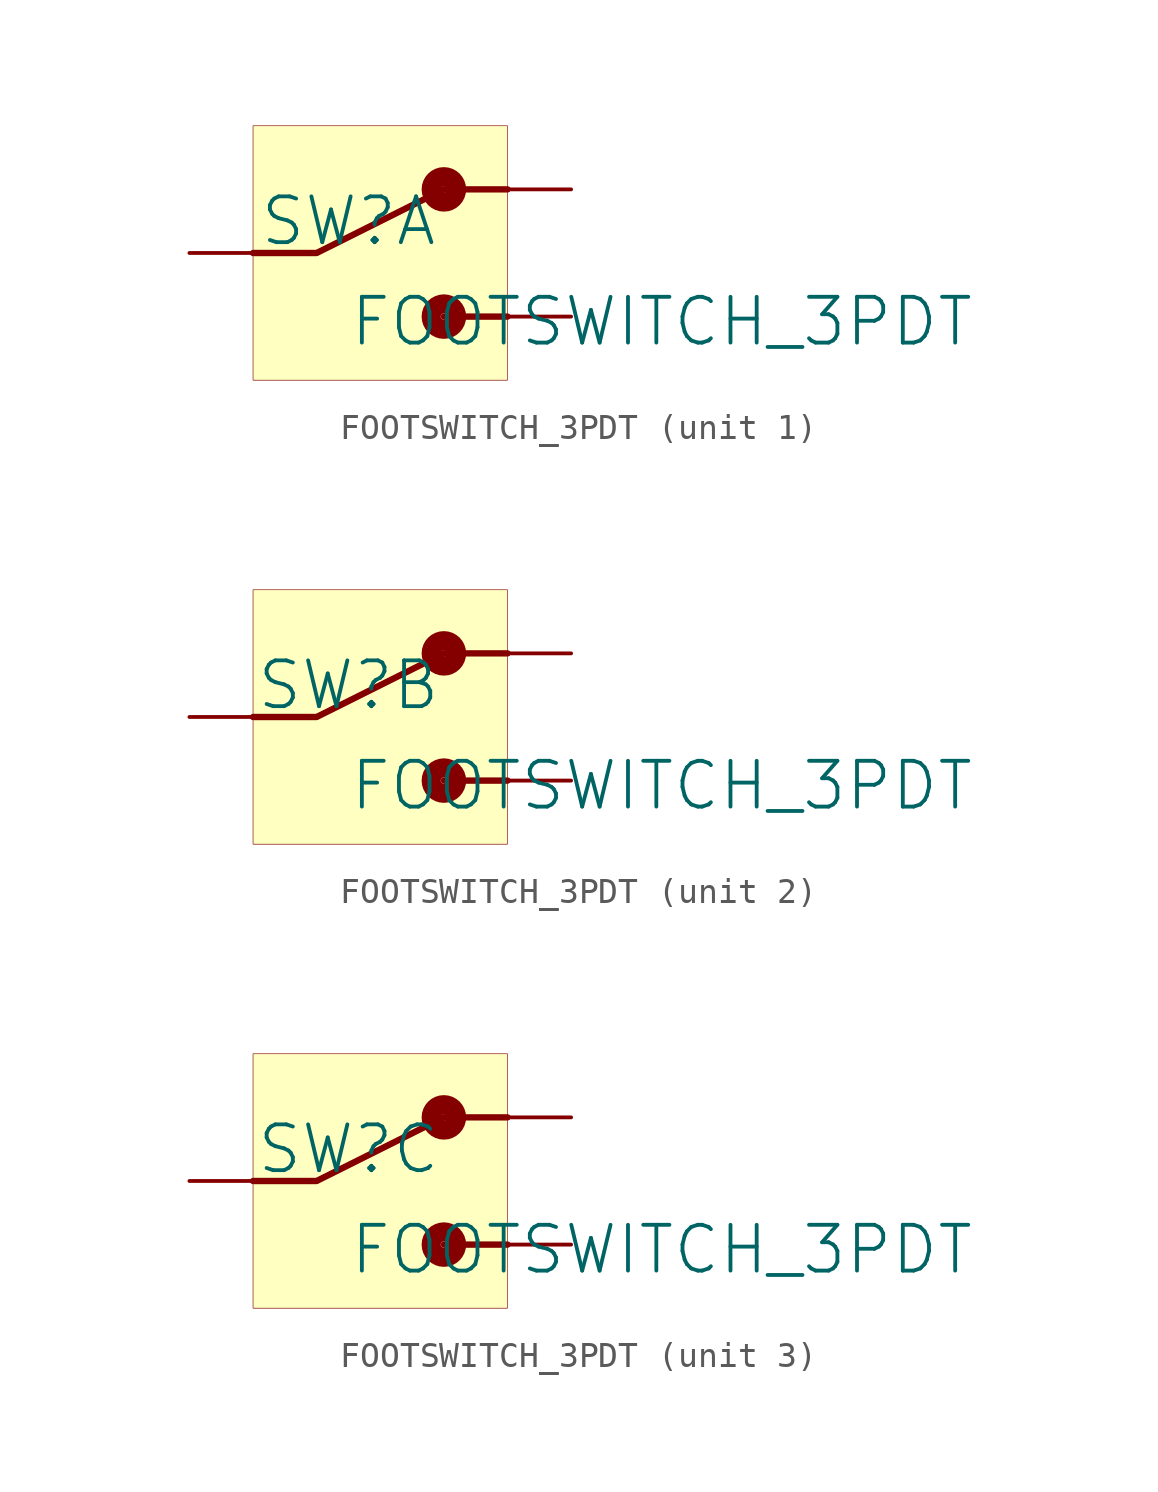
<source format=kicad_sym>
(kicad_symbol_lib
  (version 20231120)
  (generator "kicad_symbol_editor")
  (generator_version "8.0")
  (symbol "FOOTSWITCH_3PDT"
    (property "Reference" "SW"
      (at -1.27 1.27 0)
      (effects (font (size 1.829 1.829))))
    (property "Value" "FOOTSWITCH_3PDT"
      (at -1.27 -3.81 0)
      (effects (font (size 1.829 1.829)) (justify left bottom)))
    (symbol "FOOTSWITCH_3PDT_1_0"
      (polyline (pts (xy 2.54 -2.54) (xy 5.08 -2.54)) (stroke (width 0.254) (type solid)) (fill (type none)))
      (polyline (pts (xy 2.54 2.54) (xy 5.08 2.54)) (stroke (width 0.254) (type solid)) (fill (type none)))
      (polyline (pts (xy -5.08 0) (xy -2.54 0) (xy 2.54 2.54)) (stroke (width 0.254) (type solid)) (fill (type none)))
      (circle (center 2.54 -2.54) (radius 0.127) (stroke (width 0.762) (type solid)) (fill (type none)))
      (circle (center 2.54 2.54) (radius 0.127) (stroke (width 0.762) (type solid)) (fill (type none)))
      (rectangle (start 5.08 5.08) (end -5.08 -5.08) (stroke (width 0.025) (type solid) (color 128 0 0 1)) (fill (type background)))
      (pin passive line (at -7.62 0 0) (length 2.54) (name "COM1" (effects (font (size 0 0)))) (number "COM1" (effects (font (size 0 0)))))
      (pin passive line (at 7.62 2.54 180) (length 2.54) (name "NC1" (effects (font (size 0 0)))) (number "NC1" (effects (font (size 0 0)))))
      (pin passive line (at 7.62 -2.54 180) (length 2.54) (name "NO1" (effects (font (size 0 0)))) (number "NO1" (effects (font (size 0 0))))))
    (symbol "FOOTSWITCH_3PDT_2_0"
      (polyline (pts (xy 2.54 -2.54) (xy 5.08 -2.54)) (stroke (width 0.254) (type solid)) (fill (type none)))
      (polyline (pts (xy 2.54 2.54) (xy 5.08 2.54)) (stroke (width 0.254) (type solid)) (fill (type none)))
      (polyline (pts (xy -5.08 0) (xy -2.54 0) (xy 2.54 2.54)) (stroke (width 0.254) (type solid)) (fill (type none)))
      (circle (center 2.54 -2.54) (radius 0.127) (stroke (width 0.762) (type solid)) (fill (type none)))
      (circle (center 2.54 2.54) (radius 0.127) (stroke (width 0.762) (type solid)) (fill (type none)))
      (rectangle (start 5.08 5.08) (end -5.08 -5.08) (stroke (width 0.025) (type solid) (color 128 0 0 1)) (fill (type background)))
      (pin passive line (at -7.62 0 0) (length 2.54) (name "COM2" (effects (font (size 0 0)))) (number "COM2" (effects (font (size 0 0)))))
      (pin passive line (at 7.62 2.54 180) (length 2.54) (name "NC2" (effects (font (size 0 0)))) (number "NC2" (effects (font (size 0 0)))))
      (pin passive line (at 7.62 -2.54 180) (length 2.54) (name "NO2" (effects (font (size 0 0)))) (number "NO2" (effects (font (size 0 0))))))
    (symbol "FOOTSWITCH_3PDT_3_0"
      (polyline (pts (xy 2.54 -2.54) (xy 5.08 -2.54)) (stroke (width 0.254) (type solid)) (fill (type none)))
      (polyline (pts (xy 2.54 2.54) (xy 5.08 2.54)) (stroke (width 0.254) (type solid)) (fill (type none)))
      (polyline (pts (xy -5.08 0) (xy -2.54 0) (xy 2.54 2.54)) (stroke (width 0.254) (type solid)) (fill (type none)))
      (circle (center 2.54 -2.54) (radius 0.127) (stroke (width 0.762) (type solid)) (fill (type none)))
      (circle (center 2.54 2.54) (radius 0.127) (stroke (width 0.762) (type solid)) (fill (type none)))
      (rectangle (start 5.08 5.08) (end -5.08 -5.08) (stroke (width 0.025) (type solid) (color 128 0 0 1)) (fill (type background)))
      (pin passive line (at -7.62 0 0) (length 2.54) (name "COM3" (effects (font (size 0 0)))) (number "COM3" (effects (font (size 0 0)))))
      (pin passive line (at 7.62 2.54 180) (length 2.54) (name "NC3" (effects (font (size 0 0)))) (number "NC3" (effects (font (size 0 0)))))
      (pin passive line (at 7.62 -2.54 180) (length 2.54) (name "NO3" (effects (font (size 0 0)))) (number "NO3" (effects (font (size 0 0))))))))
</source>
